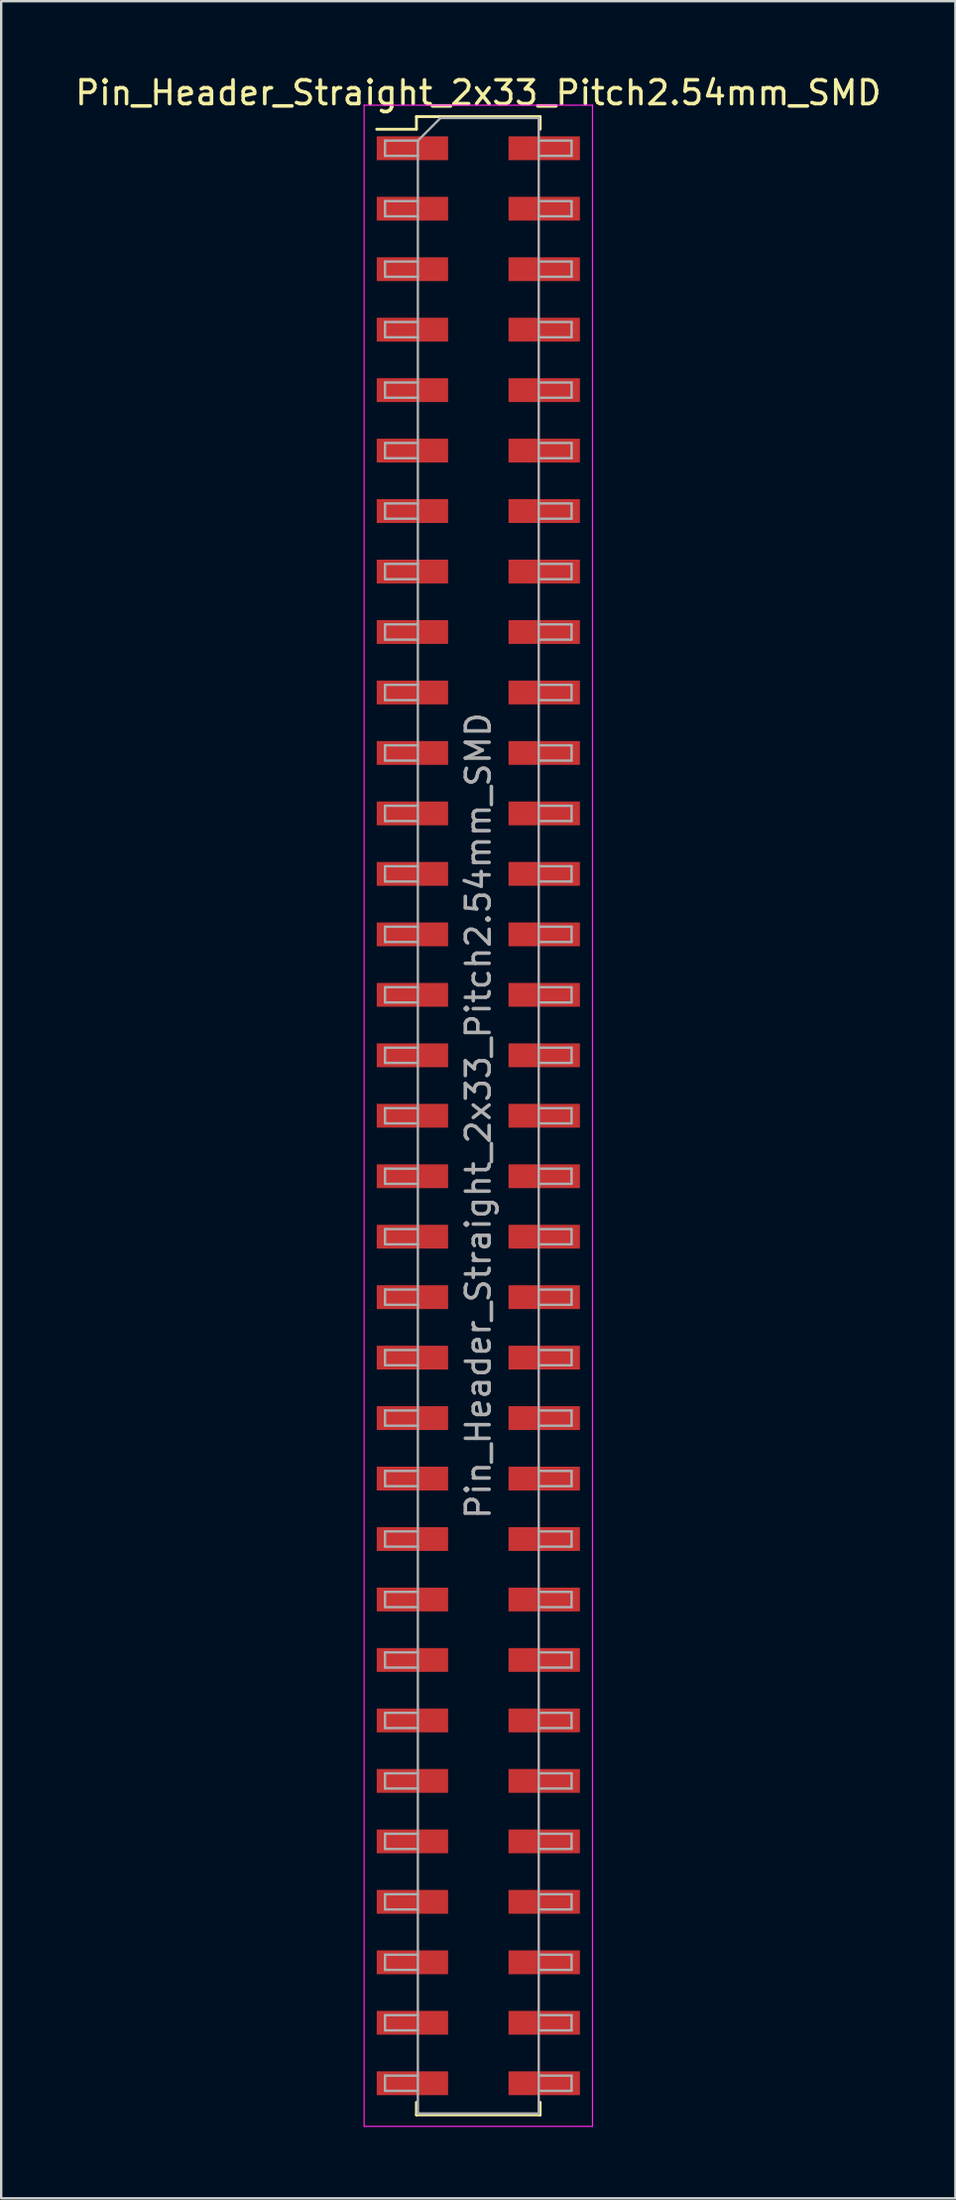
<source format=kicad_pcb>
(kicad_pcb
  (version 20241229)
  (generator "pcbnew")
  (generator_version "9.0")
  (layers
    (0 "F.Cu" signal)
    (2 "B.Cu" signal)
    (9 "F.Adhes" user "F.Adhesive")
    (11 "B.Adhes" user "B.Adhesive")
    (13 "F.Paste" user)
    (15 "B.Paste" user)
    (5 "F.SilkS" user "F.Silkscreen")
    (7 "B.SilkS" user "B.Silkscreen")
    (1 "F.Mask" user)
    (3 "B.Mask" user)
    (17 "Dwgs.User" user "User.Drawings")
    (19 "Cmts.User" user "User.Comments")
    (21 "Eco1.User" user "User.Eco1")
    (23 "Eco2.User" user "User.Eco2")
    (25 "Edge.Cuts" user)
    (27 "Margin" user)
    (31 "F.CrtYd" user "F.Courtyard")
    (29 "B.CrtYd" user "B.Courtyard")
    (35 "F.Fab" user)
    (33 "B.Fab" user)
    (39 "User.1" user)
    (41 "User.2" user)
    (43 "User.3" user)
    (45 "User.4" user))
  (footprint "Pin_Header_Straight_2x33_Pitch2.54mm_SMD"
    (layer "F.Cu")
    (at 17.054 43.818)
    (property "Reference" "Pin_Header_Straight_2x33_Pitch2.54mm_SMD" (at 0 -42.97 0) (layer "F.SilkS") (effects (font (size 1 1) (thickness 0.15))))
    (attr smd)
    (fp_line (start -4.27 -41.44) (end -2.6 -41.44) (stroke (width 0.12) (type solid)) (layer "F.SilkS"))
    (fp_line (start -2.6 -41.97) (end 2.6 -41.97) (stroke (width 0.12) (type solid)) (layer "F.SilkS"))
    (fp_line (start -2.6 -41.44) (end -2.6 -41.97) (stroke (width 0.12) (type solid)) (layer "F.SilkS"))
    (fp_line (start -2.6 41.44) (end -2.6 41.97) (stroke (width 0.12) (type solid)) (layer "F.SilkS"))
    (fp_line (start -2.6 41.97) (end 2.6 41.97) (stroke (width 0.12) (type solid)) (layer "F.SilkS"))
    (fp_line (start 2.6 -41.97) (end 2.6 -41.44) (stroke (width 0.12) (type solid)) (layer "F.SilkS"))
    (fp_line (start 2.6 41.97) (end 2.6 41.44) (stroke (width 0.12) (type solid)) (layer "F.SilkS"))
    (fp_line (start -4.8 -42.45) (end -4.8 42.45) (stroke (width 0.05) (type solid)) (layer "F.CrtYd"))
    (fp_line (start -4.8 42.45) (end 4.8 42.45) (stroke (width 0.05) (type solid)) (layer "F.CrtYd"))
    (fp_line (start 4.8 -42.45) (end -4.8 -42.45) (stroke (width 0.05) (type solid)) (layer "F.CrtYd"))
    (fp_line (start 4.8 42.45) (end 4.8 -42.45) (stroke (width 0.05) (type solid)) (layer "F.CrtYd"))
    (fp_line (start -3.92 -40.96) (end -3.92 -40.32) (stroke (width 0.1) (type solid)) (layer "F.Fab"))
    (fp_line (start -3.92 -40.32) (end -2.54 -40.32) (stroke (width 0.1) (type solid)) (layer "F.Fab"))
    (fp_line (start -3.92 -38.42) (end -3.92 -37.78) (stroke (width 0.1) (type solid)) (layer "F.Fab"))
    (fp_line (start -3.92 -37.78) (end -2.54 -37.78) (stroke (width 0.1) (type solid)) (layer "F.Fab"))
    (fp_line (start -3.92 -35.88) (end -3.92 -35.24) (stroke (width 0.1) (type solid)) (layer "F.Fab"))
    (fp_line (start -3.92 -35.24) (end -2.54 -35.24) (stroke (width 0.1) (type solid)) (layer "F.Fab"))
    (fp_line (start -3.92 -33.34) (end -3.92 -32.7) (stroke (width 0.1) (type solid)) (layer "F.Fab"))
    (fp_line (start -3.92 -32.7) (end -2.54 -32.7) (stroke (width 0.1) (type solid)) (layer "F.Fab"))
    (fp_line (start -3.92 -30.8) (end -3.92 -30.16) (stroke (width 0.1) (type solid)) (layer "F.Fab"))
    (fp_line (start -3.92 -30.16) (end -2.54 -30.16) (stroke (width 0.1) (type solid)) (layer "F.Fab"))
    (fp_line (start -3.92 -28.26) (end -3.92 -27.62) (stroke (width 0.1) (type solid)) (layer "F.Fab"))
    (fp_line (start -3.92 -27.62) (end -2.54 -27.62) (stroke (width 0.1) (type solid)) (layer "F.Fab"))
    (fp_line (start -3.92 -25.72) (end -3.92 -25.08) (stroke (width 0.1) (type solid)) (layer "F.Fab"))
    (fp_line (start -3.92 -25.08) (end -2.54 -25.08) (stroke (width 0.1) (type solid)) (layer "F.Fab"))
    (fp_line (start -3.92 -23.18) (end -3.92 -22.54) (stroke (width 0.1) (type solid)) (layer "F.Fab"))
    (fp_line (start -3.92 -22.54) (end -2.54 -22.54) (stroke (width 0.1) (type solid)) (layer "F.Fab"))
    (fp_line (start -3.92 -20.64) (end -3.92 -20) (stroke (width 0.1) (type solid)) (layer "F.Fab"))
    (fp_line (start -3.92 -20) (end -2.54 -20) (stroke (width 0.1) (type solid)) (layer "F.Fab"))
    (fp_line (start -3.92 -18.1) (end -3.92 -17.46) (stroke (width 0.1) (type solid)) (layer "F.Fab"))
    (fp_line (start -3.92 -17.46) (end -2.54 -17.46) (stroke (width 0.1) (type solid)) (layer "F.Fab"))
    (fp_line (start -3.92 -15.56) (end -3.92 -14.92) (stroke (width 0.1) (type solid)) (layer "F.Fab"))
    (fp_line (start -3.92 -14.92) (end -2.54 -14.92) (stroke (width 0.1) (type solid)) (layer "F.Fab"))
    (fp_line (start -3.92 -13.02) (end -3.92 -12.38) (stroke (width 0.1) (type solid)) (layer "F.Fab"))
    (fp_line (start -3.92 -12.38) (end -2.54 -12.38) (stroke (width 0.1) (type solid)) (layer "F.Fab"))
    (fp_line (start -3.92 -10.48) (end -3.92 -9.84) (stroke (width 0.1) (type solid)) (layer "F.Fab"))
    (fp_line (start -3.92 -9.84) (end -2.54 -9.84) (stroke (width 0.1) (type solid)) (layer "F.Fab"))
    (fp_line (start -3.92 -7.94) (end -3.92 -7.3) (stroke (width 0.1) (type solid)) (layer "F.Fab"))
    (fp_line (start -3.92 -7.3) (end -2.54 -7.3) (stroke (width 0.1) (type solid)) (layer "F.Fab"))
    (fp_line (start -3.92 -5.4) (end -3.92 -4.76) (stroke (width 0.1) (type solid)) (layer "F.Fab"))
    (fp_line (start -3.92 -4.76) (end -2.54 -4.76) (stroke (width 0.1) (type solid)) (layer "F.Fab"))
    (fp_line (start -3.92 -2.86) (end -3.92 -2.22) (stroke (width 0.1) (type solid)) (layer "F.Fab"))
    (fp_line (start -3.92 -2.22) (end -2.54 -2.22) (stroke (width 0.1) (type solid)) (layer "F.Fab"))
    (fp_line (start -3.92 -0.32) (end -3.92 0.32) (stroke (width 0.1) (type solid)) (layer "F.Fab"))
    (fp_line (start -3.92 0.32) (end -2.54 0.32) (stroke (width 0.1) (type solid)) (layer "F.Fab"))
    (fp_line (start -3.92 2.22) (end -3.92 2.86) (stroke (width 0.1) (type solid)) (layer "F.Fab"))
    (fp_line (start -3.92 2.86) (end -2.54 2.86) (stroke (width 0.1) (type solid)) (layer "F.Fab"))
    (fp_line (start -3.92 4.76) (end -3.92 5.4) (stroke (width 0.1) (type solid)) (layer "F.Fab"))
    (fp_line (start -3.92 5.4) (end -2.54 5.4) (stroke (width 0.1) (type solid)) (layer "F.Fab"))
    (fp_line (start -3.92 7.3) (end -3.92 7.94) (stroke (width 0.1) (type solid)) (layer "F.Fab"))
    (fp_line (start -3.92 7.94) (end -2.54 7.94) (stroke (width 0.1) (type solid)) (layer "F.Fab"))
    (fp_line (start -3.92 9.84) (end -3.92 10.48) (stroke (width 0.1) (type solid)) (layer "F.Fab"))
    (fp_line (start -3.92 10.48) (end -2.54 10.48) (stroke (width 0.1) (type solid)) (layer "F.Fab"))
    (fp_line (start -3.92 12.38) (end -3.92 13.02) (stroke (width 0.1) (type solid)) (layer "F.Fab"))
    (fp_line (start -3.92 13.02) (end -2.54 13.02) (stroke (width 0.1) (type solid)) (layer "F.Fab"))
    (fp_line (start -3.92 14.92) (end -3.92 15.56) (stroke (width 0.1) (type solid)) (layer "F.Fab"))
    (fp_line (start -3.92 15.56) (end -2.54 15.56) (stroke (width 0.1) (type solid)) (layer "F.Fab"))
    (fp_line (start -3.92 17.46) (end -3.92 18.1) (stroke (width 0.1) (type solid)) (layer "F.Fab"))
    (fp_line (start -3.92 18.1) (end -2.54 18.1) (stroke (width 0.1) (type solid)) (layer "F.Fab"))
    (fp_line (start -3.92 20) (end -3.92 20.64) (stroke (width 0.1) (type solid)) (layer "F.Fab"))
    (fp_line (start -3.92 20.64) (end -2.54 20.64) (stroke (width 0.1) (type solid)) (layer "F.Fab"))
    (fp_line (start -3.92 22.54) (end -3.92 23.18) (stroke (width 0.1) (type solid)) (layer "F.Fab"))
    (fp_line (start -3.92 23.18) (end -2.54 23.18) (stroke (width 0.1) (type solid)) (layer "F.Fab"))
    (fp_line (start -3.92 25.08) (end -3.92 25.72) (stroke (width 0.1) (type solid)) (layer "F.Fab"))
    (fp_line (start -3.92 25.72) (end -2.54 25.72) (stroke (width 0.1) (type solid)) (layer "F.Fab"))
    (fp_line (start -3.92 27.62) (end -3.92 28.26) (stroke (width 0.1) (type solid)) (layer "F.Fab"))
    (fp_line (start -3.92 28.26) (end -2.54 28.26) (stroke (width 0.1) (type solid)) (layer "F.Fab"))
    (fp_line (start -3.92 30.16) (end -3.92 30.8) (stroke (width 0.1) (type solid)) (layer "F.Fab"))
    (fp_line (start -3.92 30.8) (end -2.54 30.8) (stroke (width 0.1) (type solid)) (layer "F.Fab"))
    (fp_line (start -3.92 32.7) (end -3.92 33.34) (stroke (width 0.1) (type solid)) (layer "F.Fab"))
    (fp_line (start -3.92 33.34) (end -2.54 33.34) (stroke (width 0.1) (type solid)) (layer "F.Fab"))
    (fp_line (start -3.92 35.24) (end -3.92 35.88) (stroke (width 0.1) (type solid)) (layer "F.Fab"))
    (fp_line (start -3.92 35.88) (end -2.54 35.88) (stroke (width 0.1) (type solid)) (layer "F.Fab"))
    (fp_line (start -3.92 37.78) (end -3.92 38.42) (stroke (width 0.1) (type solid)) (layer "F.Fab"))
    (fp_line (start -3.92 38.42) (end -2.54 38.42) (stroke (width 0.1) (type solid)) (layer "F.Fab"))
    (fp_line (start -3.92 40.32) (end -3.92 40.96) (stroke (width 0.1) (type solid)) (layer "F.Fab"))
    (fp_line (start -3.92 40.96) (end -2.54 40.96) (stroke (width 0.1) (type solid)) (layer "F.Fab"))
    (fp_line (start -2.54 -40.96) (end -3.92 -40.96) (stroke (width 0.1) (type solid)) (layer "F.Fab"))
    (fp_line (start -2.54 -40.96) (end -1.59 -41.91) (stroke (width 0.1) (type solid)) (layer "F.Fab"))
    (fp_line (start -2.54 -38.42) (end -3.92 -38.42) (stroke (width 0.1) (type solid)) (layer "F.Fab"))
    (fp_line (start -2.54 -35.88) (end -3.92 -35.88) (stroke (width 0.1) (type solid)) (layer "F.Fab"))
    (fp_line (start -2.54 -33.34) (end -3.92 -33.34) (stroke (width 0.1) (type solid)) (layer "F.Fab"))
    (fp_line (start -2.54 -30.8) (end -3.92 -30.8) (stroke (width 0.1) (type solid)) (layer "F.Fab"))
    (fp_line (start -2.54 -28.26) (end -3.92 -28.26) (stroke (width 0.1) (type solid)) (layer "F.Fab"))
    (fp_line (start -2.54 -25.72) (end -3.92 -25.72) (stroke (width 0.1) (type solid)) (layer "F.Fab"))
    (fp_line (start -2.54 -23.18) (end -3.92 -23.18) (stroke (width 0.1) (type solid)) (layer "F.Fab"))
    (fp_line (start -2.54 -20.64) (end -3.92 -20.64) (stroke (width 0.1) (type solid)) (layer "F.Fab"))
    (fp_line (start -2.54 -18.1) (end -3.92 -18.1) (stroke (width 0.1) (type solid)) (layer "F.Fab"))
    (fp_line (start -2.54 -15.56) (end -3.92 -15.56) (stroke (width 0.1) (type solid)) (layer "F.Fab"))
    (fp_line (start -2.54 -13.02) (end -3.92 -13.02) (stroke (width 0.1) (type solid)) (layer "F.Fab"))
    (fp_line (start -2.54 -10.48) (end -3.92 -10.48) (stroke (width 0.1) (type solid)) (layer "F.Fab"))
    (fp_line (start -2.54 -7.94) (end -3.92 -7.94) (stroke (width 0.1) (type solid)) (layer "F.Fab"))
    (fp_line (start -2.54 -5.4) (end -3.92 -5.4) (stroke (width 0.1) (type solid)) (layer "F.Fab"))
    (fp_line (start -2.54 -2.86) (end -3.92 -2.86) (stroke (width 0.1) (type solid)) (layer "F.Fab"))
    (fp_line (start -2.54 -0.32) (end -3.92 -0.32) (stroke (width 0.1) (type solid)) (layer "F.Fab"))
    (fp_line (start -2.54 2.22) (end -3.92 2.22) (stroke (width 0.1) (type solid)) (layer "F.Fab"))
    (fp_line (start -2.54 4.76) (end -3.92 4.76) (stroke (width 0.1) (type solid)) (layer "F.Fab"))
    (fp_line (start -2.54 7.3) (end -3.92 7.3) (stroke (width 0.1) (type solid)) (layer "F.Fab"))
    (fp_line (start -2.54 9.84) (end -3.92 9.84) (stroke (width 0.1) (type solid)) (layer "F.Fab"))
    (fp_line (start -2.54 12.38) (end -3.92 12.38) (stroke (width 0.1) (type solid)) (layer "F.Fab"))
    (fp_line (start -2.54 14.92) (end -3.92 14.92) (stroke (width 0.1) (type solid)) (layer "F.Fab"))
    (fp_line (start -2.54 17.46) (end -3.92 17.46) (stroke (width 0.1) (type solid)) (layer "F.Fab"))
    (fp_line (start -2.54 20) (end -3.92 20) (stroke (width 0.1) (type solid)) (layer "F.Fab"))
    (fp_line (start -2.54 22.54) (end -3.92 22.54) (stroke (width 0.1) (type solid)) (layer "F.Fab"))
    (fp_line (start -2.54 25.08) (end -3.92 25.08) (stroke (width 0.1) (type solid)) (layer "F.Fab"))
    (fp_line (start -2.54 27.62) (end -3.92 27.62) (stroke (width 0.1) (type solid)) (layer "F.Fab"))
    (fp_line (start -2.54 30.16) (end -3.92 30.16) (stroke (width 0.1) (type solid)) (layer "F.Fab"))
    (fp_line (start -2.54 32.7) (end -3.92 32.7) (stroke (width 0.1) (type solid)) (layer "F.Fab"))
    (fp_line (start -2.54 35.24) (end -3.92 35.24) (stroke (width 0.1) (type solid)) (layer "F.Fab"))
    (fp_line (start -2.54 37.78) (end -3.92 37.78) (stroke (width 0.1) (type solid)) (layer "F.Fab"))
    (fp_line (start -2.54 40.32) (end -3.92 40.32) (stroke (width 0.1) (type solid)) (layer "F.Fab"))
    (fp_line (start -2.54 41.91) (end -2.54 -40.96) (stroke (width 0.1) (type solid)) (layer "F.Fab"))
    (fp_line (start -1.59 -41.91) (end 2.54 -41.91) (stroke (width 0.1) (type solid)) (layer "F.Fab"))
    (fp_line (start 2.54 -41.91) (end 2.54 41.91) (stroke (width 0.1) (type solid)) (layer "F.Fab"))
    (fp_line (start 2.54 -40.96) (end 3.92 -40.96) (stroke (width 0.1) (type solid)) (layer "F.Fab"))
    (fp_line (start 2.54 -38.42) (end 3.92 -38.42) (stroke (width 0.1) (type solid)) (layer "F.Fab"))
    (fp_line (start 2.54 -35.88) (end 3.92 -35.88) (stroke (width 0.1) (type solid)) (layer "F.Fab"))
    (fp_line (start 2.54 -33.34) (end 3.92 -33.34) (stroke (width 0.1) (type solid)) (layer "F.Fab"))
    (fp_line (start 2.54 -30.8) (end 3.92 -30.8) (stroke (width 0.1) (type solid)) (layer "F.Fab"))
    (fp_line (start 2.54 -28.26) (end 3.92 -28.26) (stroke (width 0.1) (type solid)) (layer "F.Fab"))
    (fp_line (start 2.54 -25.72) (end 3.92 -25.72) (stroke (width 0.1) (type solid)) (layer "F.Fab"))
    (fp_line (start 2.54 -23.18) (end 3.92 -23.18) (stroke (width 0.1) (type solid)) (layer "F.Fab"))
    (fp_line (start 2.54 -20.64) (end 3.92 -20.64) (stroke (width 0.1) (type solid)) (layer "F.Fab"))
    (fp_line (start 2.54 -18.1) (end 3.92 -18.1) (stroke (width 0.1) (type solid)) (layer "F.Fab"))
    (fp_line (start 2.54 -15.56) (end 3.92 -15.56) (stroke (width 0.1) (type solid)) (layer "F.Fab"))
    (fp_line (start 2.54 -13.02) (end 3.92 -13.02) (stroke (width 0.1) (type solid)) (layer "F.Fab"))
    (fp_line (start 2.54 -10.48) (end 3.92 -10.48) (stroke (width 0.1) (type solid)) (layer "F.Fab"))
    (fp_line (start 2.54 -7.94) (end 3.92 -7.94) (stroke (width 0.1) (type solid)) (layer "F.Fab"))
    (fp_line (start 2.54 -5.4) (end 3.92 -5.4) (stroke (width 0.1) (type solid)) (layer "F.Fab"))
    (fp_line (start 2.54 -2.86) (end 3.92 -2.86) (stroke (width 0.1) (type solid)) (layer "F.Fab"))
    (fp_line (start 2.54 -0.32) (end 3.92 -0.32) (stroke (width 0.1) (type solid)) (layer "F.Fab"))
    (fp_line (start 2.54 2.22) (end 3.92 2.22) (stroke (width 0.1) (type solid)) (layer "F.Fab"))
    (fp_line (start 2.54 4.76) (end 3.92 4.76) (stroke (width 0.1) (type solid)) (layer "F.Fab"))
    (fp_line (start 2.54 7.3) (end 3.92 7.3) (stroke (width 0.1) (type solid)) (layer "F.Fab"))
    (fp_line (start 2.54 9.84) (end 3.92 9.84) (stroke (width 0.1) (type solid)) (layer "F.Fab"))
    (fp_line (start 2.54 12.38) (end 3.92 12.38) (stroke (width 0.1) (type solid)) (layer "F.Fab"))
    (fp_line (start 2.54 14.92) (end 3.92 14.92) (stroke (width 0.1) (type solid)) (layer "F.Fab"))
    (fp_line (start 2.54 17.46) (end 3.92 17.46) (stroke (width 0.1) (type solid)) (layer "F.Fab"))
    (fp_line (start 2.54 20) (end 3.92 20) (stroke (width 0.1) (type solid)) (layer "F.Fab"))
    (fp_line (start 2.54 22.54) (end 3.92 22.54) (stroke (width 0.1) (type solid)) (layer "F.Fab"))
    (fp_line (start 2.54 25.08) (end 3.92 25.08) (stroke (width 0.1) (type solid)) (layer "F.Fab"))
    (fp_line (start 2.54 27.62) (end 3.92 27.62) (stroke (width 0.1) (type solid)) (layer "F.Fab"))
    (fp_line (start 2.54 30.16) (end 3.92 30.16) (stroke (width 0.1) (type solid)) (layer "F.Fab"))
    (fp_line (start 2.54 32.7) (end 3.92 32.7) (stroke (width 0.1) (type solid)) (layer "F.Fab"))
    (fp_line (start 2.54 35.24) (end 3.92 35.24) (stroke (width 0.1) (type solid)) (layer "F.Fab"))
    (fp_line (start 2.54 37.78) (end 3.92 37.78) (stroke (width 0.1) (type solid)) (layer "F.Fab"))
    (fp_line (start 2.54 40.32) (end 3.92 40.32) (stroke (width 0.1) (type solid)) (layer "F.Fab"))
    (fp_line (start 2.54 41.91) (end -2.54 41.91) (stroke (width 0.1) (type solid)) (layer "F.Fab"))
    (fp_line (start 3.92 -40.96) (end 3.92 -40.32) (stroke (width 0.1) (type solid)) (layer "F.Fab"))
    (fp_line (start 3.92 -40.32) (end 2.54 -40.32) (stroke (width 0.1) (type solid)) (layer "F.Fab"))
    (fp_line (start 3.92 -38.42) (end 3.92 -37.78) (stroke (width 0.1) (type solid)) (layer "F.Fab"))
    (fp_line (start 3.92 -37.78) (end 2.54 -37.78) (stroke (width 0.1) (type solid)) (layer "F.Fab"))
    (fp_line (start 3.92 -35.88) (end 3.92 -35.24) (stroke (width 0.1) (type solid)) (layer "F.Fab"))
    (fp_line (start 3.92 -35.24) (end 2.54 -35.24) (stroke (width 0.1) (type solid)) (layer "F.Fab"))
    (fp_line (start 3.92 -33.34) (end 3.92 -32.7) (stroke (width 0.1) (type solid)) (layer "F.Fab"))
    (fp_line (start 3.92 -32.7) (end 2.54 -32.7) (stroke (width 0.1) (type solid)) (layer "F.Fab"))
    (fp_line (start 3.92 -30.8) (end 3.92 -30.16) (stroke (width 0.1) (type solid)) (layer "F.Fab"))
    (fp_line (start 3.92 -30.16) (end 2.54 -30.16) (stroke (width 0.1) (type solid)) (layer "F.Fab"))
    (fp_line (start 3.92 -28.26) (end 3.92 -27.62) (stroke (width 0.1) (type solid)) (layer "F.Fab"))
    (fp_line (start 3.92 -27.62) (end 2.54 -27.62) (stroke (width 0.1) (type solid)) (layer "F.Fab"))
    (fp_line (start 3.92 -25.72) (end 3.92 -25.08) (stroke (width 0.1) (type solid)) (layer "F.Fab"))
    (fp_line (start 3.92 -25.08) (end 2.54 -25.08) (stroke (width 0.1) (type solid)) (layer "F.Fab"))
    (fp_line (start 3.92 -23.18) (end 3.92 -22.54) (stroke (width 0.1) (type solid)) (layer "F.Fab"))
    (fp_line (start 3.92 -22.54) (end 2.54 -22.54) (stroke (width 0.1) (type solid)) (layer "F.Fab"))
    (fp_line (start 3.92 -20.64) (end 3.92 -20) (stroke (width 0.1) (type solid)) (layer "F.Fab"))
    (fp_line (start 3.92 -20) (end 2.54 -20) (stroke (width 0.1) (type solid)) (layer "F.Fab"))
    (fp_line (start 3.92 -18.1) (end 3.92 -17.46) (stroke (width 0.1) (type solid)) (layer "F.Fab"))
    (fp_line (start 3.92 -17.46) (end 2.54 -17.46) (stroke (width 0.1) (type solid)) (layer "F.Fab"))
    (fp_line (start 3.92 -15.56) (end 3.92 -14.92) (stroke (width 0.1) (type solid)) (layer "F.Fab"))
    (fp_line (start 3.92 -14.92) (end 2.54 -14.92) (stroke (width 0.1) (type solid)) (layer "F.Fab"))
    (fp_line (start 3.92 -13.02) (end 3.92 -12.38) (stroke (width 0.1) (type solid)) (layer "F.Fab"))
    (fp_line (start 3.92 -12.38) (end 2.54 -12.38) (stroke (width 0.1) (type solid)) (layer "F.Fab"))
    (fp_line (start 3.92 -10.48) (end 3.92 -9.84) (stroke (width 0.1) (type solid)) (layer "F.Fab"))
    (fp_line (start 3.92 -9.84) (end 2.54 -9.84) (stroke (width 0.1) (type solid)) (layer "F.Fab"))
    (fp_line (start 3.92 -7.94) (end 3.92 -7.3) (stroke (width 0.1) (type solid)) (layer "F.Fab"))
    (fp_line (start 3.92 -7.3) (end 2.54 -7.3) (stroke (width 0.1) (type solid)) (layer "F.Fab"))
    (fp_line (start 3.92 -5.4) (end 3.92 -4.76) (stroke (width 0.1) (type solid)) (layer "F.Fab"))
    (fp_line (start 3.92 -4.76) (end 2.54 -4.76) (stroke (width 0.1) (type solid)) (layer "F.Fab"))
    (fp_line (start 3.92 -2.86) (end 3.92 -2.22) (stroke (width 0.1) (type solid)) (layer "F.Fab"))
    (fp_line (start 3.92 -2.22) (end 2.54 -2.22) (stroke (width 0.1) (type solid)) (layer "F.Fab"))
    (fp_line (start 3.92 -0.32) (end 3.92 0.32) (stroke (width 0.1) (type solid)) (layer "F.Fab"))
    (fp_line (start 3.92 0.32) (end 2.54 0.32) (stroke (width 0.1) (type solid)) (layer "F.Fab"))
    (fp_line (start 3.92 2.22) (end 3.92 2.86) (stroke (width 0.1) (type solid)) (layer "F.Fab"))
    (fp_line (start 3.92 2.86) (end 2.54 2.86) (stroke (width 0.1) (type solid)) (layer "F.Fab"))
    (fp_line (start 3.92 4.76) (end 3.92 5.4) (stroke (width 0.1) (type solid)) (layer "F.Fab"))
    (fp_line (start 3.92 5.4) (end 2.54 5.4) (stroke (width 0.1) (type solid)) (layer "F.Fab"))
    (fp_line (start 3.92 7.3) (end 3.92 7.94) (stroke (width 0.1) (type solid)) (layer "F.Fab"))
    (fp_line (start 3.92 7.94) (end 2.54 7.94) (stroke (width 0.1) (type solid)) (layer "F.Fab"))
    (fp_line (start 3.92 9.84) (end 3.92 10.48) (stroke (width 0.1) (type solid)) (layer "F.Fab"))
    (fp_line (start 3.92 10.48) (end 2.54 10.48) (stroke (width 0.1) (type solid)) (layer "F.Fab"))
    (fp_line (start 3.92 12.38) (end 3.92 13.02) (stroke (width 0.1) (type solid)) (layer "F.Fab"))
    (fp_line (start 3.92 13.02) (end 2.54 13.02) (stroke (width 0.1) (type solid)) (layer "F.Fab"))
    (fp_line (start 3.92 14.92) (end 3.92 15.56) (stroke (width 0.1) (type solid)) (layer "F.Fab"))
    (fp_line (start 3.92 15.56) (end 2.54 15.56) (stroke (width 0.1) (type solid)) (layer "F.Fab"))
    (fp_line (start 3.92 17.46) (end 3.92 18.1) (stroke (width 0.1) (type solid)) (layer "F.Fab"))
    (fp_line (start 3.92 18.1) (end 2.54 18.1) (stroke (width 0.1) (type solid)) (layer "F.Fab"))
    (fp_line (start 3.92 20) (end 3.92 20.64) (stroke (width 0.1) (type solid)) (layer "F.Fab"))
    (fp_line (start 3.92 20.64) (end 2.54 20.64) (stroke (width 0.1) (type solid)) (layer "F.Fab"))
    (fp_line (start 3.92 22.54) (end 3.92 23.18) (stroke (width 0.1) (type solid)) (layer "F.Fab"))
    (fp_line (start 3.92 23.18) (end 2.54 23.18) (stroke (width 0.1) (type solid)) (layer "F.Fab"))
    (fp_line (start 3.92 25.08) (end 3.92 25.72) (stroke (width 0.1) (type solid)) (layer "F.Fab"))
    (fp_line (start 3.92 25.72) (end 2.54 25.72) (stroke (width 0.1) (type solid)) (layer "F.Fab"))
    (fp_line (start 3.92 27.62) (end 3.92 28.26) (stroke (width 0.1) (type solid)) (layer "F.Fab"))
    (fp_line (start 3.92 28.26) (end 2.54 28.26) (stroke (width 0.1) (type solid)) (layer "F.Fab"))
    (fp_line (start 3.92 30.16) (end 3.92 30.8) (stroke (width 0.1) (type solid)) (layer "F.Fab"))
    (fp_line (start 3.92 30.8) (end 2.54 30.8) (stroke (width 0.1) (type solid)) (layer "F.Fab"))
    (fp_line (start 3.92 32.7) (end 3.92 33.34) (stroke (width 0.1) (type solid)) (layer "F.Fab"))
    (fp_line (start 3.92 33.34) (end 2.54 33.34) (stroke (width 0.1) (type solid)) (layer "F.Fab"))
    (fp_line (start 3.92 35.24) (end 3.92 35.88) (stroke (width 0.1) (type solid)) (layer "F.Fab"))
    (fp_line (start 3.92 35.88) (end 2.54 35.88) (stroke (width 0.1) (type solid)) (layer "F.Fab"))
    (fp_line (start 3.92 37.78) (end 3.92 38.42) (stroke (width 0.1) (type solid)) (layer "F.Fab"))
    (fp_line (start 3.92 38.42) (end 2.54 38.42) (stroke (width 0.1) (type solid)) (layer "F.Fab"))
    (fp_line (start 3.92 40.32) (end 3.92 40.96) (stroke (width 0.1) (type solid)) (layer "F.Fab"))
    (fp_line (start 3.92 40.96) (end 2.54 40.96) (stroke (width 0.1) (type solid)) (layer "F.Fab"))
    (fp_text user "${REFERENCE}" (at 0 0 90) (layer "F.Fab") (effects (font (size 1 1) (thickness 0.15))))
    (pad "1" smd rect (at -2.77 -40.64) (size 3 1) (layers "F.Cu" "F.Mask" "F.Paste"))
    (pad "2" smd rect (at 2.77 -40.64) (size 3 1) (layers "F.Cu" "F.Mask" "F.Paste"))
    (pad "3" smd rect (at -2.77 -38.1) (size 3 1) (layers "F.Cu" "F.Mask" "F.Paste"))
    (pad "4" smd rect (at 2.77 -38.1) (size 3 1) (layers "F.Cu" "F.Mask" "F.Paste"))
    (pad "5" smd rect (at -2.77 -35.56) (size 3 1) (layers "F.Cu" "F.Mask" "F.Paste"))
    (pad "6" smd rect (at 2.77 -35.56) (size 3 1) (layers "F.Cu" "F.Mask" "F.Paste"))
    (pad "7" smd rect (at -2.77 -33.02) (size 3 1) (layers "F.Cu" "F.Mask" "F.Paste"))
    (pad "8" smd rect (at 2.77 -33.02) (size 3 1) (layers "F.Cu" "F.Mask" "F.Paste"))
    (pad "9" smd rect (at -2.77 -30.48) (size 3 1) (layers "F.Cu" "F.Mask" "F.Paste"))
    (pad "10" smd rect (at 2.77 -30.48) (size 3 1) (layers "F.Cu" "F.Mask" "F.Paste"))
    (pad "11" smd rect (at -2.77 -27.94) (size 3 1) (layers "F.Cu" "F.Mask" "F.Paste"))
    (pad "12" smd rect (at 2.77 -27.94) (size 3 1) (layers "F.Cu" "F.Mask" "F.Paste"))
    (pad "13" smd rect (at -2.77 -25.4) (size 3 1) (layers "F.Cu" "F.Mask" "F.Paste"))
    (pad "14" smd rect (at 2.77 -25.4) (size 3 1) (layers "F.Cu" "F.Mask" "F.Paste"))
    (pad "15" smd rect (at -2.77 -22.86) (size 3 1) (layers "F.Cu" "F.Mask" "F.Paste"))
    (pad "16" smd rect (at 2.77 -22.86) (size 3 1) (layers "F.Cu" "F.Mask" "F.Paste"))
    (pad "17" smd rect (at -2.77 -20.32) (size 3 1) (layers "F.Cu" "F.Mask" "F.Paste"))
    (pad "18" smd rect (at 2.77 -20.32) (size 3 1) (layers "F.Cu" "F.Mask" "F.Paste"))
    (pad "19" smd rect (at -2.77 -17.78) (size 3 1) (layers "F.Cu" "F.Mask" "F.Paste"))
    (pad "20" smd rect (at 2.77 -17.78) (size 3 1) (layers "F.Cu" "F.Mask" "F.Paste"))
    (pad "21" smd rect (at -2.77 -15.24) (size 3 1) (layers "F.Cu" "F.Mask" "F.Paste"))
    (pad "22" smd rect (at 2.77 -15.24) (size 3 1) (layers "F.Cu" "F.Mask" "F.Paste"))
    (pad "23" smd rect (at -2.77 -12.7) (size 3 1) (layers "F.Cu" "F.Mask" "F.Paste"))
    (pad "24" smd rect (at 2.77 -12.7) (size 3 1) (layers "F.Cu" "F.Mask" "F.Paste"))
    (pad "25" smd rect (at -2.77 -10.16) (size 3 1) (layers "F.Cu" "F.Mask" "F.Paste"))
    (pad "26" smd rect (at 2.77 -10.16) (size 3 1) (layers "F.Cu" "F.Mask" "F.Paste"))
    (pad "27" smd rect (at -2.77 -7.62) (size 3 1) (layers "F.Cu" "F.Mask" "F.Paste"))
    (pad "28" smd rect (at 2.77 -7.62) (size 3 1) (layers "F.Cu" "F.Mask" "F.Paste"))
    (pad "29" smd rect (at -2.77 -5.08) (size 3 1) (layers "F.Cu" "F.Mask" "F.Paste"))
    (pad "30" smd rect (at 2.77 -5.08) (size 3 1) (layers "F.Cu" "F.Mask" "F.Paste"))
    (pad "31" smd rect (at -2.77 -2.54) (size 3 1) (layers "F.Cu" "F.Mask" "F.Paste"))
    (pad "32" smd rect (at 2.77 -2.54) (size 3 1) (layers "F.Cu" "F.Mask" "F.Paste"))
    (pad "33" smd rect (at -2.77 0) (size 3 1) (layers "F.Cu" "F.Mask" "F.Paste"))
    (pad "34" smd rect (at 2.77 0) (size 3 1) (layers "F.Cu" "F.Mask" "F.Paste"))
    (pad "35" smd rect (at -2.77 2.54) (size 3 1) (layers "F.Cu" "F.Mask" "F.Paste"))
    (pad "36" smd rect (at 2.77 2.54) (size 3 1) (layers "F.Cu" "F.Mask" "F.Paste"))
    (pad "37" smd rect (at -2.77 5.08) (size 3 1) (layers "F.Cu" "F.Mask" "F.Paste"))
    (pad "38" smd rect (at 2.77 5.08) (size 3 1) (layers "F.Cu" "F.Mask" "F.Paste"))
    (pad "39" smd rect (at -2.77 7.62) (size 3 1) (layers "F.Cu" "F.Mask" "F.Paste"))
    (pad "40" smd rect (at 2.77 7.62) (size 3 1) (layers "F.Cu" "F.Mask" "F.Paste"))
    (pad "41" smd rect (at -2.77 10.16) (size 3 1) (layers "F.Cu" "F.Mask" "F.Paste"))
    (pad "42" smd rect (at 2.77 10.16) (size 3 1) (layers "F.Cu" "F.Mask" "F.Paste"))
    (pad "43" smd rect (at -2.77 12.7) (size 3 1) (layers "F.Cu" "F.Mask" "F.Paste"))
    (pad "44" smd rect (at 2.77 12.7) (size 3 1) (layers "F.Cu" "F.Mask" "F.Paste"))
    (pad "45" smd rect (at -2.77 15.24) (size 3 1) (layers "F.Cu" "F.Mask" "F.Paste"))
    (pad "46" smd rect (at 2.77 15.24) (size 3 1) (layers "F.Cu" "F.Mask" "F.Paste"))
    (pad "47" smd rect (at -2.77 17.78) (size 3 1) (layers "F.Cu" "F.Mask" "F.Paste"))
    (pad "48" smd rect (at 2.77 17.78) (size 3 1) (layers "F.Cu" "F.Mask" "F.Paste"))
    (pad "49" smd rect (at -2.77 20.32) (size 3 1) (layers "F.Cu" "F.Mask" "F.Paste"))
    (pad "50" smd rect (at 2.77 20.32) (size 3 1) (layers "F.Cu" "F.Mask" "F.Paste"))
    (pad "51" smd rect (at -2.77 22.86) (size 3 1) (layers "F.Cu" "F.Mask" "F.Paste"))
    (pad "52" smd rect (at 2.77 22.86) (size 3 1) (layers "F.Cu" "F.Mask" "F.Paste"))
    (pad "53" smd rect (at -2.77 25.4) (size 3 1) (layers "F.Cu" "F.Mask" "F.Paste"))
    (pad "54" smd rect (at 2.77 25.4) (size 3 1) (layers "F.Cu" "F.Mask" "F.Paste"))
    (pad "55" smd rect (at -2.77 27.94) (size 3 1) (layers "F.Cu" "F.Mask" "F.Paste"))
    (pad "56" smd rect (at 2.77 27.94) (size 3 1) (layers "F.Cu" "F.Mask" "F.Paste"))
    (pad "57" smd rect (at -2.77 30.48) (size 3 1) (layers "F.Cu" "F.Mask" "F.Paste"))
    (pad "58" smd rect (at 2.77 30.48) (size 3 1) (layers "F.Cu" "F.Mask" "F.Paste"))
    (pad "59" smd rect (at -2.77 33.02) (size 3 1) (layers "F.Cu" "F.Mask" "F.Paste"))
    (pad "60" smd rect (at 2.77 33.02) (size 3 1) (layers "F.Cu" "F.Mask" "F.Paste"))
    (pad "61" smd rect (at -2.77 35.56) (size 3 1) (layers "F.Cu" "F.Mask" "F.Paste"))
    (pad "62" smd rect (at 2.77 35.56) (size 3 1) (layers "F.Cu" "F.Mask" "F.Paste"))
    (pad "63" smd rect (at -2.77 38.1) (size 3 1) (layers "F.Cu" "F.Mask" "F.Paste"))
    (pad "64" smd rect (at 2.77 38.1) (size 3 1) (layers "F.Cu" "F.Mask" "F.Paste"))
    (pad "65" smd rect (at -2.77 40.64) (size 3 1) (layers "F.Cu" "F.Mask" "F.Paste"))
    (pad "66" smd rect (at 2.77 40.64) (size 3 1) (layers "F.Cu" "F.Mask" "F.Paste")))
  (gr_rect
    (start -3 -3)
    (end 37.107 89.293)
    (stroke (width 0.1) (type default))
    (fill no)
    (layer "Edge.Cuts")))
</source>
